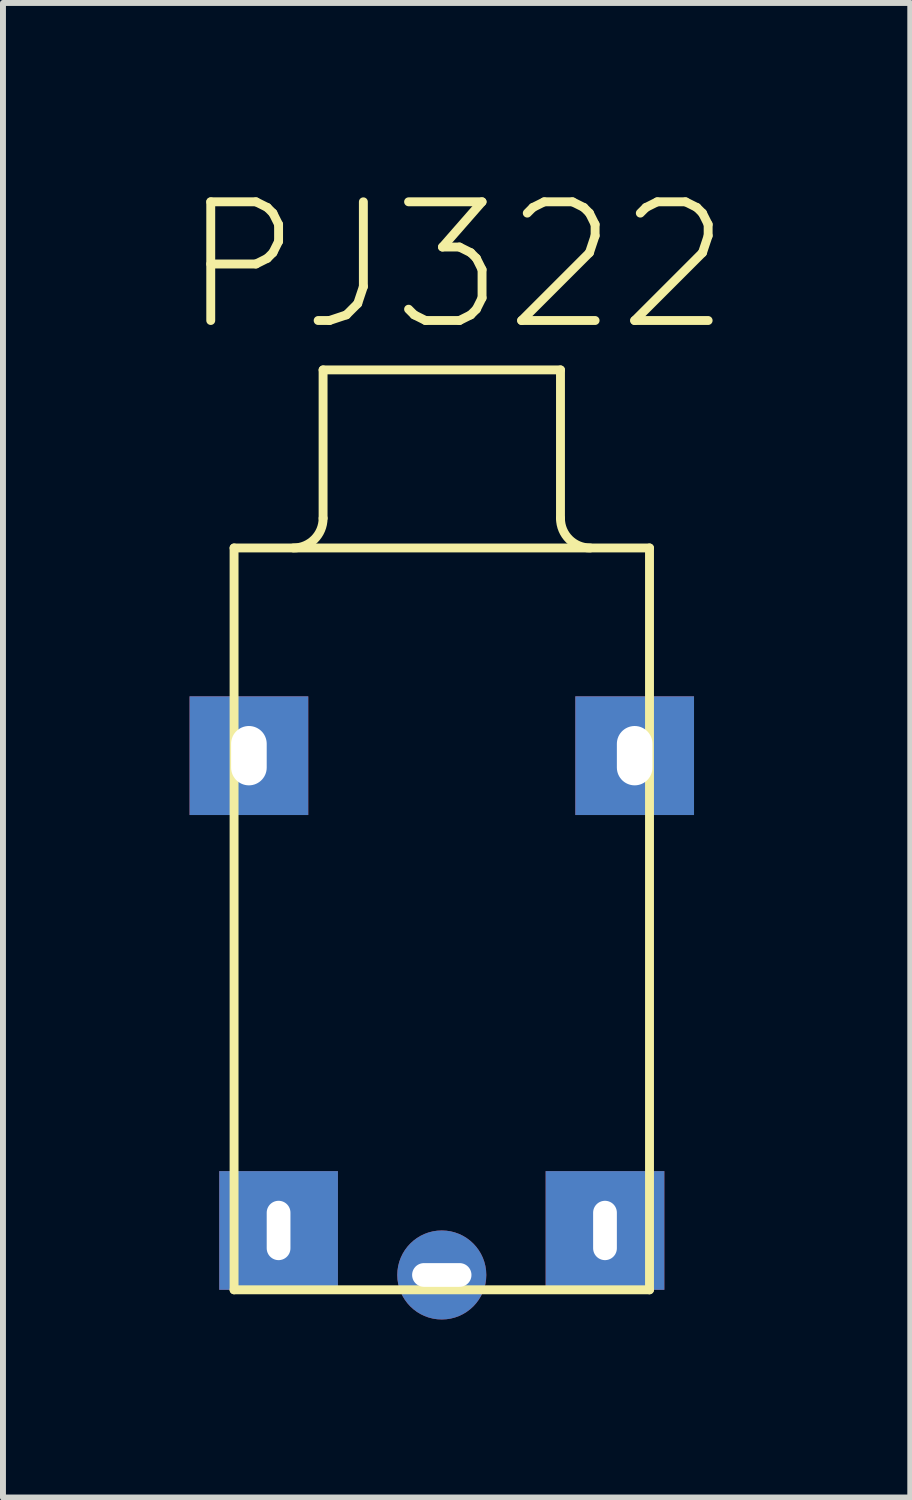
<source format=kicad_pcb>
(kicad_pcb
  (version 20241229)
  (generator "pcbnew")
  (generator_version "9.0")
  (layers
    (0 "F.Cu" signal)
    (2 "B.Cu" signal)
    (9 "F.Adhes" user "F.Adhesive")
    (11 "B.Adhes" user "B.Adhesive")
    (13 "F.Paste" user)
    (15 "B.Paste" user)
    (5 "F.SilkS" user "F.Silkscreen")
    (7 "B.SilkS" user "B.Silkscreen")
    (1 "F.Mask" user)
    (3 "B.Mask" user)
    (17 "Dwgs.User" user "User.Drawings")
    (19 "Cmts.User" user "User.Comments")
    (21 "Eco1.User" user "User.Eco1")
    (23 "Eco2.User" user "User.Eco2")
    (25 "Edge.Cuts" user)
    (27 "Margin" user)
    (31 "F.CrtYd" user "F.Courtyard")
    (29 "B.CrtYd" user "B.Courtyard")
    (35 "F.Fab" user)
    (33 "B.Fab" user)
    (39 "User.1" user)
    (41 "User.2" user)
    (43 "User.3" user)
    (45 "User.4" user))
  (footprint "PJ322"
    (layer "F.Cu")
    (at 0.894 6.183)
    (property "Reference" "PJ322" (at 3.75 -4.75 0) (layer "F.SilkS") (effects (font (size 2 2) (thickness 0.15))))
    (attr through_hole)
    (fp_line (start 0 0) (end 7 0) (stroke (width 0.15) (type solid)) (layer "F.SilkS"))
    (fp_line (start 0 12.5) (end 0 0) (stroke (width 0.15) (type solid)) (layer "F.SilkS"))
    (fp_line (start 1.5 -3) (end 5.5 -3) (stroke (width 0.15) (type solid)) (layer "F.SilkS"))
    (fp_line (start 1.5 -0.5) (end 1.5 -3) (stroke (width 0.15) (type solid)) (layer "F.SilkS"))
    (fp_line (start 5.5 -3) (end 5.5 -0.5) (stroke (width 0.15) (type solid)) (layer "F.SilkS"))
    (fp_line (start 7 0) (end 7 12.5) (stroke (width 0.15) (type solid)) (layer "F.SilkS"))
    (fp_line (start 7 12.5) (end 0 12.5) (stroke (width 0.15) (type solid)) (layer "F.SilkS"))
    (fp_arc (start 1.5 -0.5) (mid 1.353553 -0.146447) (end 1 0) (stroke (width 0.15) (type solid)) (layer "F.SilkS"))
    (fp_arc (start 6 0) (mid 5.646447 -0.146447) (end 5.5 -0.5) (stroke (width 0.15) (type solid)) (layer "F.SilkS"))
    (pad "1" thru_hole rect (at 0.75 11.5) (size 2 2) (drill oval 0.4 1) (layers "*.Cu" "*.Mask"))
    (pad "1" thru_hole oval (at 3.5 12.25) (size 1.5 1.5) (drill oval 1 0.4) (layers "*.Cu" "*.Mask"))
    (pad "2" thru_hole rect (at 6.25 11.5) (size 2 2) (drill oval 0.4 1) (layers "*.Cu" "*.Mask"))
    (pad "3" thru_hole rect (at 0.25 3.5 90) (size 2 2) (drill oval 1 0.6) (layers "*.Cu" "*.Mask"))
    (pad "3" thru_hole rect (at 6.75 3.5) (size 2 2) (drill oval 0.6 1) (layers "*.Cu" "*.Mask")))
  (gr_rect
    (start -3 -3)
    (end 12.288 22.183)
    (stroke (width 0.1) (type default))
    (fill no)
    (layer "Edge.Cuts")))
</source>
